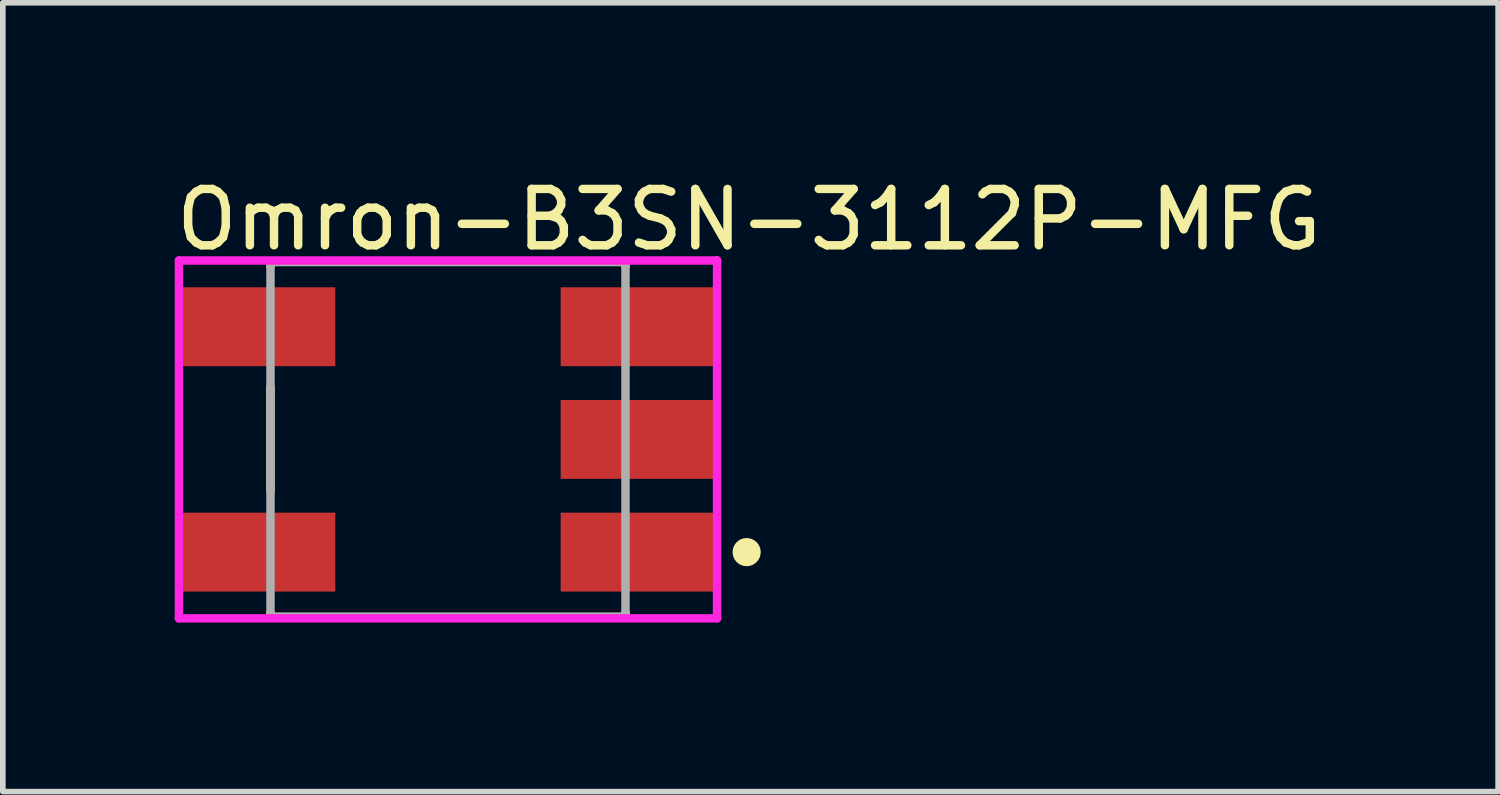
<source format=kicad_pcb>
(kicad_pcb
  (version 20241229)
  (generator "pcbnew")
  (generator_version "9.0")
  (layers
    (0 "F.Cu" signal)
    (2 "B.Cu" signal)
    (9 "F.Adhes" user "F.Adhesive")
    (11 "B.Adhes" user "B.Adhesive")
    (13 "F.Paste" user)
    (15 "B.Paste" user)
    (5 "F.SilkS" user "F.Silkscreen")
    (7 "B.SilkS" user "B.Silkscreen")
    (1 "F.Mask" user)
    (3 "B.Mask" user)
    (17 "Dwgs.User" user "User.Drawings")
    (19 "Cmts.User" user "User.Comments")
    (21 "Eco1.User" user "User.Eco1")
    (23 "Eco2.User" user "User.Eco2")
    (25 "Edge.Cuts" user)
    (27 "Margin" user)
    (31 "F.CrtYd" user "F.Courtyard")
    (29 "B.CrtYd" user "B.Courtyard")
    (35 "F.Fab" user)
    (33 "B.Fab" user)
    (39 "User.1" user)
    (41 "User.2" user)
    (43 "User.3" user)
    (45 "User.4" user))
  (footprint "Omron-B3SN-3112P-MFG"
    (layer "F.Cu")
    (at 4.9 4.748)
    (property "Reference" "Omron-B3SN-3112P-MFG" (at -4.9 -3.9 0) (layer "F.SilkS") (effects (font (size 1 1) (thickness 0.15)) (justify left)))
    (attr through_hole)
    (fp_line (start -3.15 -3.15) (end 3.15 -3.15) (stroke (width 0.15) (type solid)) (layer "F.SilkS"))
    (fp_line (start -3.15 -3.075) (end -3.15 -3.15) (stroke (width 0.15) (type solid)) (layer "F.SilkS"))
    (fp_line (start -3.15 0.925) (end -3.15 -0.925) (stroke (width 0.15) (type solid)) (layer "F.SilkS"))
    (fp_line (start -3.15 3.15) (end -3.15 3.075) (stroke (width 0.15) (type solid)) (layer "F.SilkS"))
    (fp_line (start -3.15 3.15) (end 3.15 3.15) (stroke (width 0.15) (type solid)) (layer "F.SilkS"))
    (fp_line (start 3.15 -3.075) (end 3.15 -3.15) (stroke (width 0.15) (type solid)) (layer "F.SilkS"))
    (fp_line (start 3.15 3.15) (end 3.15 3.075) (stroke (width 0.15) (type solid)) (layer "F.SilkS"))
    (fp_circle (center 5.3 2) (end 5.425 2) (stroke (width 0.25) (type solid)) (fill no) (layer "F.SilkS"))
    (fp_line (start -4.775 -3.175) (end -4.775 3.175) (stroke (width 0.15) (type solid)) (layer "F.CrtYd"))
    (fp_line (start -4.775 3.175) (end 4.775 3.175) (stroke (width 0.15) (type solid)) (layer "F.CrtYd"))
    (fp_line (start 4.775 -3.175) (end -4.775 -3.175) (stroke (width 0.15) (type solid)) (layer "F.CrtYd"))
    (fp_line (start 4.775 -3.175) (end 4.775 -3.175) (stroke (width 0.15) (type solid)) (layer "F.CrtYd"))
    (fp_line (start 4.775 3.175) (end 4.775 -3.175) (stroke (width 0.15) (type solid)) (layer "F.CrtYd"))
    (fp_line (start -3.15 -3.15) (end 3.15 -3.15) (stroke (width 0.15) (type solid)) (layer "F.Fab"))
    (fp_line (start -3.15 3.15) (end -3.15 -3.15) (stroke (width 0.15) (type solid)) (layer "F.Fab"))
    (fp_line (start 3.15 -3.15) (end 3.15 3.15) (stroke (width 0.15) (type solid)) (layer "F.Fab"))
    (fp_line (start 3.15 3.15) (end -3.15 3.15) (stroke (width 0.15) (type solid)) (layer "F.Fab"))
    (pad "1" smd rect (at 3.375 2) (size 2.75 1.4) (layers "F.Cu" "F.Mask" "F.Paste"))
    (pad "2" smd rect (at -3.375 2) (size 2.75 1.4) (layers "F.Cu" "F.Mask" "F.Paste"))
    (pad "3" smd rect (at 3.375 -2) (size 2.75 1.4) (layers "F.Cu" "F.Mask" "F.Paste"))
    (pad "4" smd rect (at -3.375 -2) (size 2.75 1.4) (layers "F.Cu" "F.Mask" "F.Paste"))
    (pad "5" smd rect (at 3.375 0) (size 2.75 1.4) (layers "F.Cu" "F.Mask" "F.Paste")))
  (gr_rect
    (start -3 -3)
    (end 23.536 10.998)
    (stroke (width 0.1) (type default))
    (fill no)
    (layer "Edge.Cuts")))
</source>
